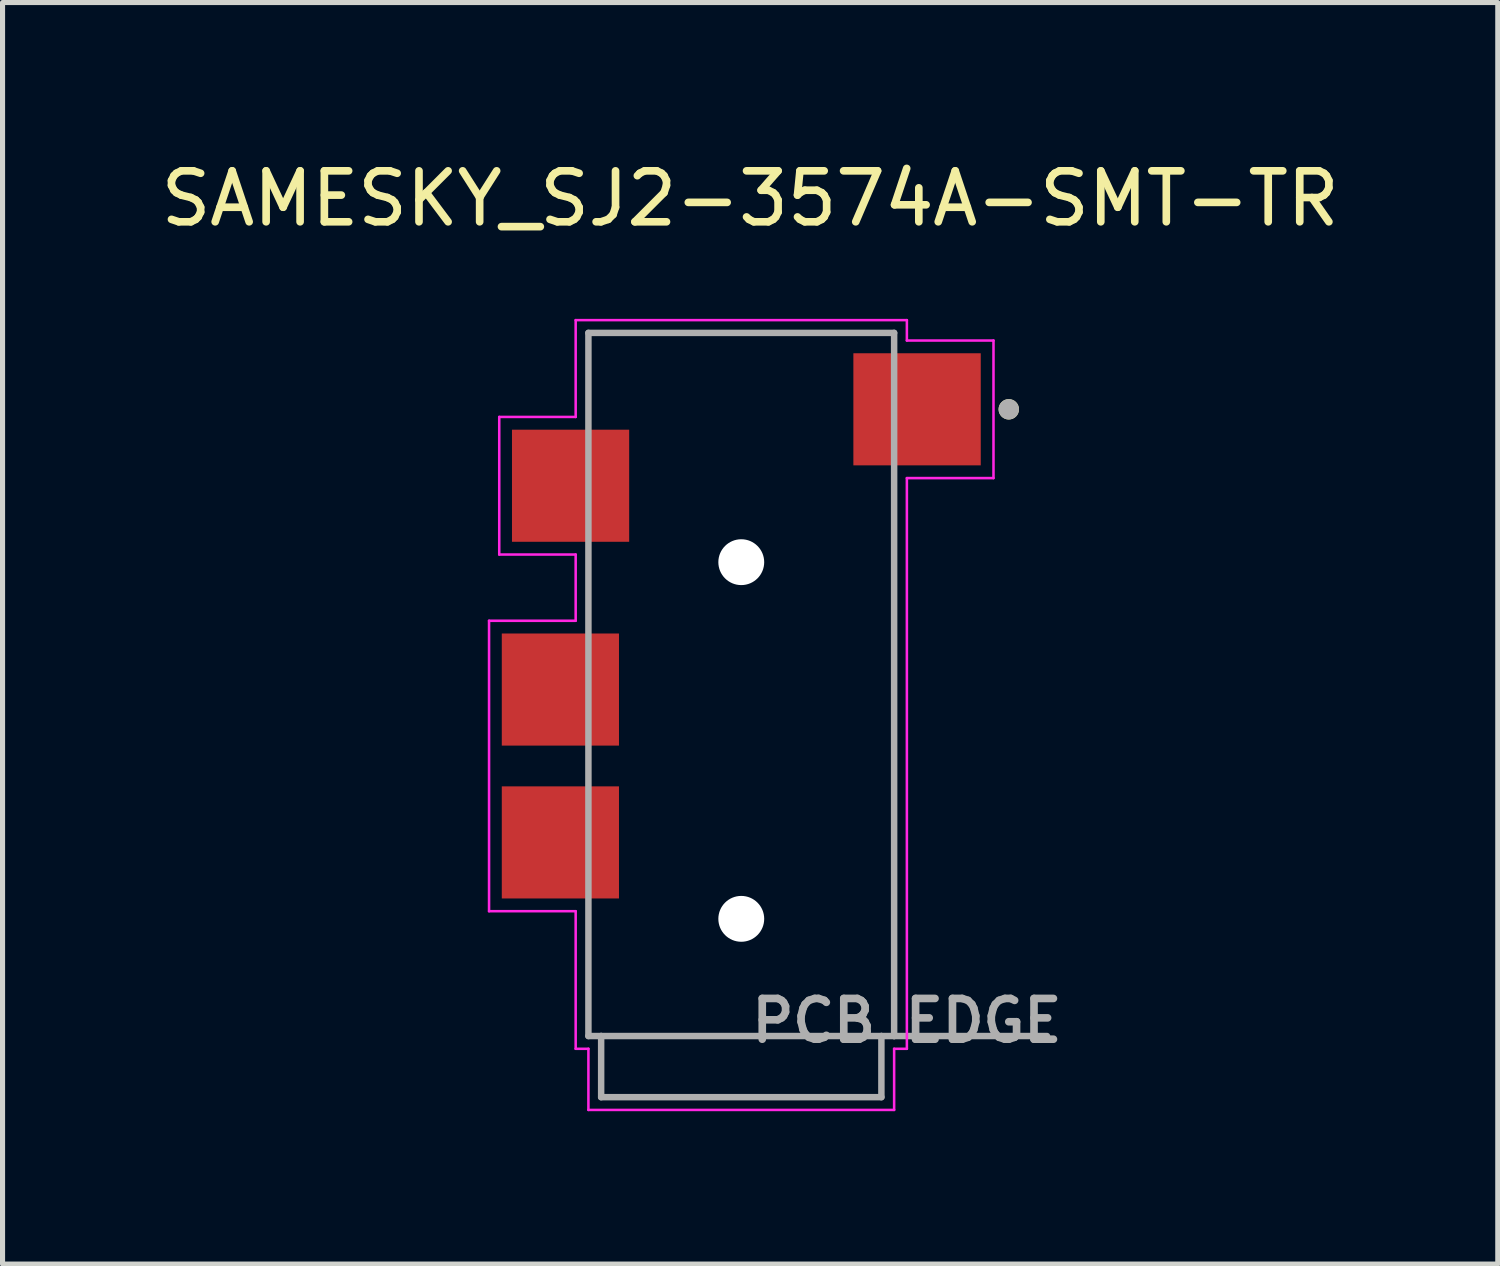
<source format=kicad_pcb>
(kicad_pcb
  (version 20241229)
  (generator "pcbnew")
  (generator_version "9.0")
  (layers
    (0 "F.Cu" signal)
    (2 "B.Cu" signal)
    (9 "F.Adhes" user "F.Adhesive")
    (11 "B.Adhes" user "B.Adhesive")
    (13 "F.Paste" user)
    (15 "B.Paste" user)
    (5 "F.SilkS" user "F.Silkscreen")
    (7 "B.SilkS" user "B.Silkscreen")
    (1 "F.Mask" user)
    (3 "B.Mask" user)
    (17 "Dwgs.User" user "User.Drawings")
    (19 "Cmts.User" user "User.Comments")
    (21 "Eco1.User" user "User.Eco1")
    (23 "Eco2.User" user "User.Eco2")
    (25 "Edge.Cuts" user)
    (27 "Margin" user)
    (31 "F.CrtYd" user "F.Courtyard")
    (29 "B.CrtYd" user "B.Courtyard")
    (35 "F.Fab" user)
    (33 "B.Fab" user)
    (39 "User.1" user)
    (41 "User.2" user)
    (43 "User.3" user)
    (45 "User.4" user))
  (footprint "SAMESKY_SJ2-3574A-SMT-TR"
    (layer "F.Cu")
    (at 11.498 11.483)
    (property "Reference" "SAMESKY_SJ2-3574A-SMT-TR" (at 0.175 -10.635 0) (layer "F.SilkS") (effects (font (size 1 1) (thickness 0.15))))
    (attr smd)
    (fp_circle (center 5.25 -6.5) (end 5.35 -6.5) (stroke (width 0.2) (type solid)) (fill no) (layer "F.SilkS"))
    (fp_line (start -4.95 -2.35) (end -3.25 -2.35) (stroke (width 0.05) (type solid)) (layer "F.CrtYd"))
    (fp_line (start -4.95 3.35) (end -4.95 -2.35) (stroke (width 0.05) (type solid)) (layer "F.CrtYd"))
    (fp_line (start -4.75 -6.35) (end -3.25 -6.35) (stroke (width 0.05) (type solid)) (layer "F.CrtYd"))
    (fp_line (start -4.75 -3.65) (end -4.75 -6.35) (stroke (width 0.05) (type solid)) (layer "F.CrtYd"))
    (fp_line (start -3.25 -8.25) (end 3.25 -8.25) (stroke (width 0.05) (type solid)) (layer "F.CrtYd"))
    (fp_line (start -3.25 -6.35) (end -3.25 -8.25) (stroke (width 0.05) (type solid)) (layer "F.CrtYd"))
    (fp_line (start -3.25 -3.65) (end -4.75 -3.65) (stroke (width 0.05) (type solid)) (layer "F.CrtYd"))
    (fp_line (start -3.25 -2.35) (end -3.25 -3.65) (stroke (width 0.05) (type solid)) (layer "F.CrtYd"))
    (fp_line (start -3.25 3.35) (end -4.95 3.35) (stroke (width 0.05) (type solid)) (layer "F.CrtYd"))
    (fp_line (start -3.25 6.05) (end -3.25 3.35) (stroke (width 0.05) (type solid)) (layer "F.CrtYd"))
    (fp_line (start -3 6.05) (end -3.25 6.05) (stroke (width 0.05) (type solid)) (layer "F.CrtYd"))
    (fp_line (start -3 7.25) (end -3 6.05) (stroke (width 0.05) (type solid)) (layer "F.CrtYd"))
    (fp_line (start 3 6.05) (end 3 7.25) (stroke (width 0.05) (type solid)) (layer "F.CrtYd"))
    (fp_line (start 3 7.25) (end -3 7.25) (stroke (width 0.05) (type solid)) (layer "F.CrtYd"))
    (fp_line (start 3.25 -8.25) (end 3.25 -7.85) (stroke (width 0.05) (type solid)) (layer "F.CrtYd"))
    (fp_line (start 3.25 -7.85) (end 4.95 -7.85) (stroke (width 0.05) (type solid)) (layer "F.CrtYd"))
    (fp_line (start 3.25 -5.15) (end 3.25 6.05) (stroke (width 0.05) (type solid)) (layer "F.CrtYd"))
    (fp_line (start 3.25 6.05) (end 3 6.05) (stroke (width 0.05) (type solid)) (layer "F.CrtYd"))
    (fp_line (start 4.95 -7.85) (end 4.95 -5.15) (stroke (width 0.05) (type solid)) (layer "F.CrtYd"))
    (fp_line (start 4.95 -5.15) (end 3.25 -5.15) (stroke (width 0.05) (type solid)) (layer "F.CrtYd"))
    (fp_line (start -3 -8) (end 3 -8) (stroke (width 0.127) (type solid)) (layer "F.Fab"))
    (fp_line (start -3 5.8) (end -3 -8) (stroke (width 0.127) (type solid)) (layer "F.Fab"))
    (fp_line (start -2.75 5.8) (end -3 5.8) (stroke (width 0.127) (type solid)) (layer "F.Fab"))
    (fp_line (start -2.75 5.8) (end -2.75 7) (stroke (width 0.127) (type solid)) (layer "F.Fab"))
    (fp_line (start -2.75 7) (end 2.75 7) (stroke (width 0.127) (type solid)) (layer "F.Fab"))
    (fp_line (start 2.75 5.8) (end -2.75 5.8) (stroke (width 0.127) (type solid)) (layer "F.Fab"))
    (fp_line (start 2.75 7) (end 2.75 5.8) (stroke (width 0.127) (type solid)) (layer "F.Fab"))
    (fp_line (start 3 -8) (end 3 5.8) (stroke (width 0.127) (type solid)) (layer "F.Fab"))
    (fp_line (start 3 5.8) (end 2.75 5.8) (stroke (width 0.127) (type solid)) (layer "F.Fab"))
    (fp_line (start 3 5.8) (end 6 5.8) (stroke (width 0.127) (type solid)) (layer "F.Fab"))
    (fp_circle (center 5.25 -6.5) (end 5.35 -6.5) (stroke (width 0.2) (type solid)) (fill no) (layer "F.Fab"))
    (fp_text user "PCB EDGE" (at 3.25 5.5 0) (layer "F.Fab") (effects (font (size 0.8 0.8) (thickness 0.15))))
    (pad "" np_thru_hole circle (at 0 -3.5) (size 0.9 0.9) (drill 0.9) (layers "*.Cu" "*.Mask"))
    (pad "" np_thru_hole circle (at 0 3.5) (size 0.9 0.9) (drill 0.9) (layers "*.Cu" "*.Mask"))
    (pad "1" smd rect (at 3.45 -6.5) (size 2.5 2.2) (layers "F.Cu" "F.Mask" "F.Paste"))
    (pad "2" smd rect (at -3.35 -5) (size 2.3 2.2) (layers "F.Cu" "F.Mask" "F.Paste"))
    (pad "3" smd rect (at -3.55 -1) (size 2.3 2.2) (layers "F.Cu" "F.Mask" "F.Paste"))
    (pad "4" smd rect (at -3.55 2) (size 2.3 2.2) (layers "F.Cu" "F.Mask" "F.Paste")))
  (gr_rect
    (start -3 -3)
    (end 26.345 21.758)
    (stroke (width 0.1) (type default))
    (fill no)
    (layer "Edge.Cuts")))
</source>
